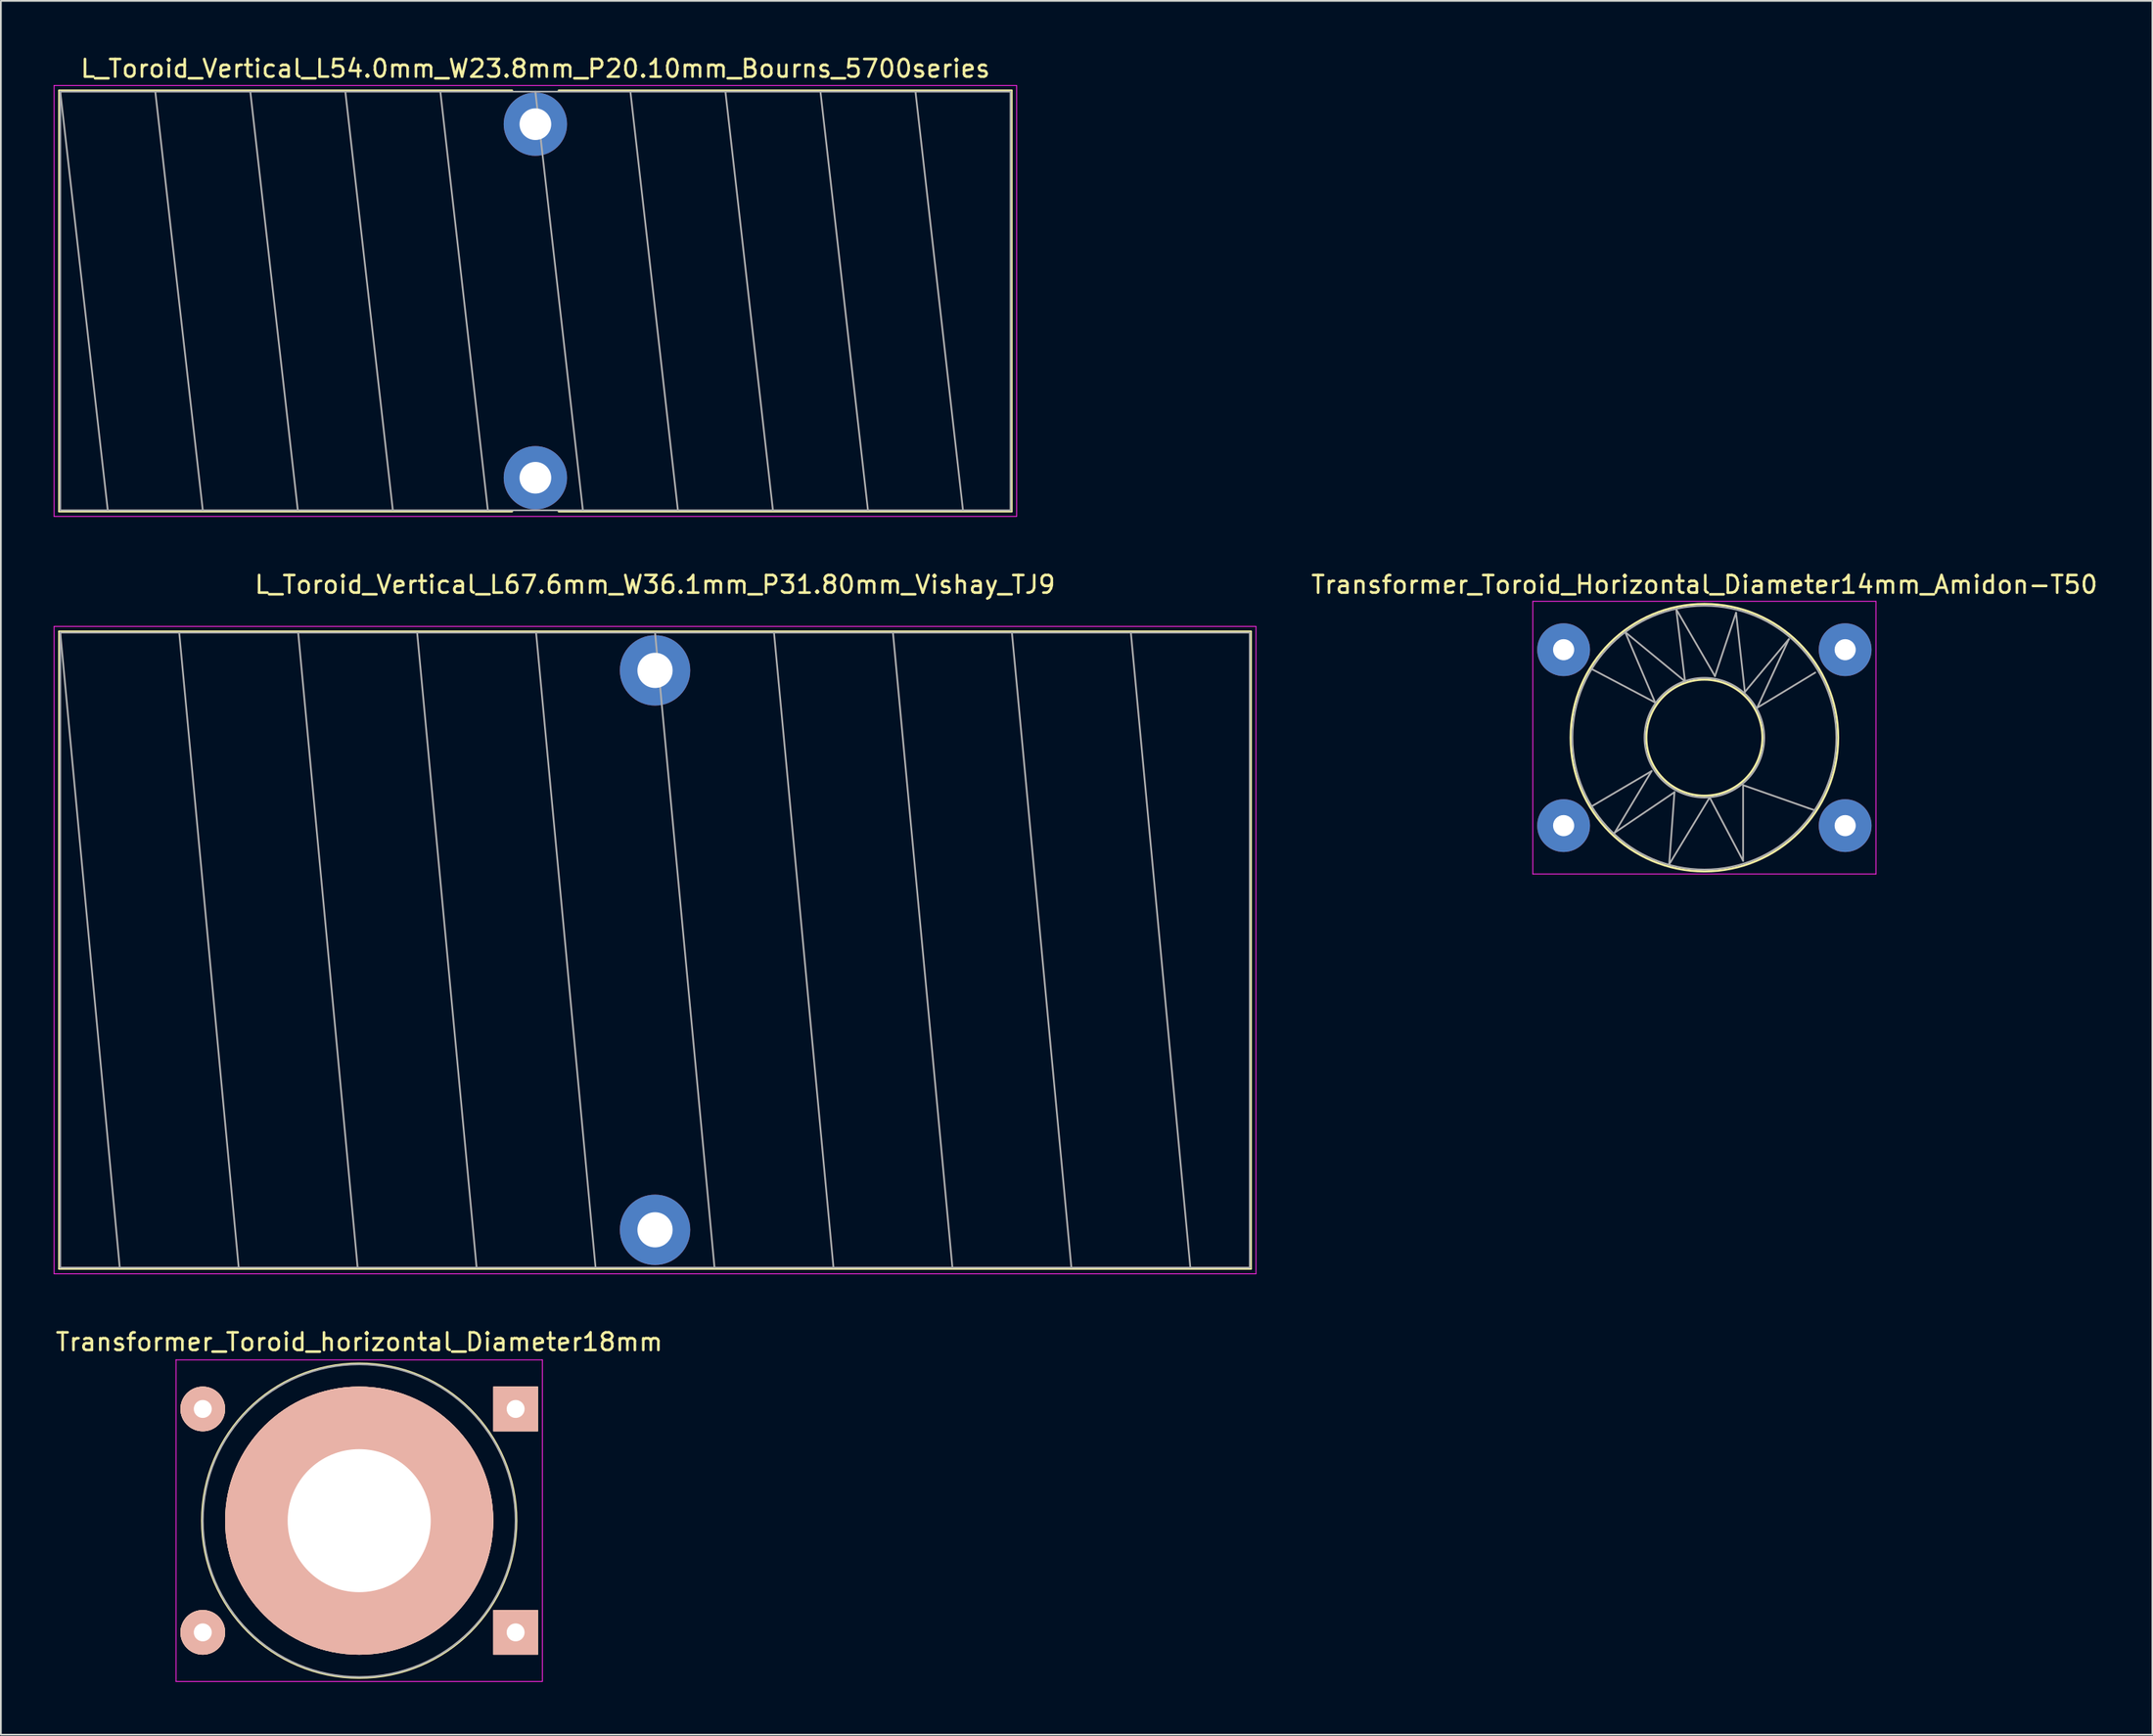
<source format=kicad_pcb>
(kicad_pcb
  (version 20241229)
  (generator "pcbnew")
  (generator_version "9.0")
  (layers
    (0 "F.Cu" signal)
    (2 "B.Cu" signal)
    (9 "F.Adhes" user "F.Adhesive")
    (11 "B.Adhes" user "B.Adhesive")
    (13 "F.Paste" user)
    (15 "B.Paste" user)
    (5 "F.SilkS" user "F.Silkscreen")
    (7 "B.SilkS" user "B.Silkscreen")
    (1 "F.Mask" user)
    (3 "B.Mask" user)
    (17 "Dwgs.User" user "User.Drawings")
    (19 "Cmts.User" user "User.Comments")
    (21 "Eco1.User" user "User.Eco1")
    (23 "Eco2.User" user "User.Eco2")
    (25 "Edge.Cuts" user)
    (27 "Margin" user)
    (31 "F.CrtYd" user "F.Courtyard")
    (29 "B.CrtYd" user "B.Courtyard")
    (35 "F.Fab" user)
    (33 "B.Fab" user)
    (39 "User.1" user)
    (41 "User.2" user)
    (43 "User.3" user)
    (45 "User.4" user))
  (footprint "L_Toroid_Vertical_L67.6mm_W36.1mm_P31.80mm_Vishay_TJ9"
    (layer "F.Cu")
    (at 34.175 35.058)
    (property "Reference" "L_Toroid_Vertical_L67.6mm_W36.1mm_P31.80mm_Vishay_TJ9" (at 0 -4.877 0) (layer "F.SilkS") (effects (font (size 1 1) (thickness 0.15))))
    (attr through_hole)
    (fp_line (start -33.86 -2.21) (end -33.86 34.01) (stroke (width 0.12) (type solid)) (layer "F.SilkS"))
    (fp_line (start -33.86 -2.21) (end 33.86 -2.21) (stroke (width 0.12) (type solid)) (layer "F.SilkS"))
    (fp_line (start -33.86 34.01) (end 33.86 34.01) (stroke (width 0.12) (type solid)) (layer "F.SilkS"))
    (fp_line (start 33.86 -2.21) (end 33.86 34.01) (stroke (width 0.12) (type solid)) (layer "F.SilkS"))
    (fp_line (start -34.15 -2.5) (end -34.15 34.3) (stroke (width 0.05) (type solid)) (layer "F.CrtYd"))
    (fp_line (start -34.15 34.3) (end 34.15 34.3) (stroke (width 0.05) (type solid)) (layer "F.CrtYd"))
    (fp_line (start 34.15 -2.5) (end -34.15 -2.5) (stroke (width 0.05) (type solid)) (layer "F.CrtYd"))
    (fp_line (start 34.15 34.3) (end 34.15 -2.5) (stroke (width 0.05) (type solid)) (layer "F.CrtYd"))
    (fp_line (start -33.8 -2.15) (end -33.8 33.95) (stroke (width 0.1) (type solid)) (layer "F.Fab"))
    (fp_line (start -33.8 -2.15) (end -30.42 33.95) (stroke (width 0.1) (type solid)) (layer "F.Fab"))
    (fp_line (start -33.8 33.95) (end 33.8 33.95) (stroke (width 0.1) (type solid)) (layer "F.Fab"))
    (fp_line (start -27.04 -2.15) (end -23.66 33.95) (stroke (width 0.1) (type solid)) (layer "F.Fab"))
    (fp_line (start -20.28 -2.15) (end -16.9 33.95) (stroke (width 0.1) (type solid)) (layer "F.Fab"))
    (fp_line (start -13.52 -2.15) (end -10.14 33.95) (stroke (width 0.1) (type solid)) (layer "F.Fab"))
    (fp_line (start -6.76 -2.15) (end -3.38 33.95) (stroke (width 0.1) (type solid)) (layer "F.Fab"))
    (fp_line (start 0 -2.15) (end 3.38 33.95) (stroke (width 0.1) (type solid)) (layer "F.Fab"))
    (fp_line (start 6.76 -2.15) (end 10.14 33.95) (stroke (width 0.1) (type solid)) (layer "F.Fab"))
    (fp_line (start 13.52 -2.15) (end 16.9 33.95) (stroke (width 0.1) (type solid)) (layer "F.Fab"))
    (fp_line (start 20.28 -2.15) (end 23.66 33.95) (stroke (width 0.1) (type solid)) (layer "F.Fab"))
    (fp_line (start 27.04 -2.15) (end 30.42 33.95) (stroke (width 0.1) (type solid)) (layer "F.Fab"))
    (fp_line (start 33.8 -2.15) (end -33.8 -2.15) (stroke (width 0.1) (type solid)) (layer "F.Fab"))
    (fp_line (start 33.8 33.95) (end 33.8 -2.15) (stroke (width 0.1) (type solid)) (layer "F.Fab"))
    (pad "1" thru_hole circle (at 0 0) (size 4 4) (drill 2) (layers "*.Cu" "*.Mask"))
    (pad "2" thru_hole circle (at 0 31.8) (size 4 4) (drill 2) (layers "*.Cu" "*.Mask")))
  (footprint "L_Toroid_Vertical_L54.0mm_W23.8mm_P20.10mm_Bourns_5700series"
    (layer "F.Cu")
    (at 27.375 4.008)
    (property "Reference" "L_Toroid_Vertical_L54.0mm_W23.8mm_P20.10mm_Bourns_5700series" (at 0 -3.16 0) (layer "F.SilkS") (effects (font (size 1 1) (thickness 0.15))))
    (attr through_hole)
    (fp_line (start -27.06 -1.91) (end -27.06 22.01) (stroke (width 0.12) (type solid)) (layer "F.SilkS"))
    (fp_line (start -27.06 -1.91) (end -1.325 -1.91) (stroke (width 0.12) (type solid)) (layer "F.SilkS"))
    (fp_line (start -27.06 22.01) (end -1.325 22.01) (stroke (width 0.12) (type solid)) (layer "F.SilkS"))
    (fp_line (start 1.325 -1.91) (end 27.06 -1.91) (stroke (width 0.12) (type solid)) (layer "F.SilkS"))
    (fp_line (start 1.325 22.01) (end 27.06 22.01) (stroke (width 0.12) (type solid)) (layer "F.SilkS"))
    (fp_line (start 27.06 -1.91) (end 27.06 22.01) (stroke (width 0.12) (type solid)) (layer "F.SilkS"))
    (fp_line (start -27.35 -2.2) (end -27.35 22.3) (stroke (width 0.05) (type solid)) (layer "F.CrtYd"))
    (fp_line (start -27.35 22.3) (end 27.35 22.3) (stroke (width 0.05) (type solid)) (layer "F.CrtYd"))
    (fp_line (start 27.35 -2.2) (end -27.35 -2.2) (stroke (width 0.05) (type solid)) (layer "F.CrtYd"))
    (fp_line (start 27.35 22.3) (end 27.35 -2.2) (stroke (width 0.05) (type solid)) (layer "F.CrtYd"))
    (fp_line (start -27 -1.85) (end -27 21.95) (stroke (width 0.1) (type solid)) (layer "F.Fab"))
    (fp_line (start -27 -1.85) (end -24.3 21.95) (stroke (width 0.1) (type solid)) (layer "F.Fab"))
    (fp_line (start -27 21.95) (end 27 21.95) (stroke (width 0.1) (type solid)) (layer "F.Fab"))
    (fp_line (start -21.6 -1.85) (end -18.9 21.95) (stroke (width 0.1) (type solid)) (layer "F.Fab"))
    (fp_line (start -16.2 -1.85) (end -13.5 21.95) (stroke (width 0.1) (type solid)) (layer "F.Fab"))
    (fp_line (start -10.8 -1.85) (end -8.1 21.95) (stroke (width 0.1) (type solid)) (layer "F.Fab"))
    (fp_line (start -5.4 -1.85) (end -2.7 21.95) (stroke (width 0.1) (type solid)) (layer "F.Fab"))
    (fp_line (start 0 -1.85) (end 2.7 21.95) (stroke (width 0.1) (type solid)) (layer "F.Fab"))
    (fp_line (start 5.4 -1.85) (end 8.1 21.95) (stroke (width 0.1) (type solid)) (layer "F.Fab"))
    (fp_line (start 10.8 -1.85) (end 13.5 21.95) (stroke (width 0.1) (type solid)) (layer "F.Fab"))
    (fp_line (start 16.2 -1.85) (end 18.9 21.95) (stroke (width 0.1) (type solid)) (layer "F.Fab"))
    (fp_line (start 21.6 -1.85) (end 24.3 21.95) (stroke (width 0.1) (type solid)) (layer "F.Fab"))
    (fp_line (start 27 -1.85) (end -27 -1.85) (stroke (width 0.1) (type solid)) (layer "F.Fab"))
    (fp_line (start 27 21.95) (end 27 -1.85) (stroke (width 0.1) (type solid)) (layer "F.Fab"))
    (pad "1" thru_hole circle (at 0 0) (size 3.6 3.6) (drill 1.8) (layers "*.Cu" "*.Mask"))
    (pad "2" thru_hole circle (at 0 20.1) (size 3.6 3.6) (drill 1.8) (layers "*.Cu" "*.Mask")))
  (footprint "Transformer_Toroid_horizontal_Diameter18mm"
    (layer "F.Cu")
    (at 8.473 77.041)
    (property "Reference" "Transformer_Toroid_horizontal_Diameter18mm" (at 8.89 -3.81 0) (layer "F.SilkS") (effects (font (size 1 1) (thickness 0.15))))
    (attr through_hole)
    (fp_circle (center 8.89 6.35) (end 17.49 8.75) (stroke (width 0.12) (type solid)) (fill no) (layer "F.SilkS"))
    (fp_line (start -1.52 -2.79) (end -1.52 15.49) (stroke (width 0.05) (type solid)) (layer "F.CrtYd"))
    (fp_line (start -1.52 -2.79) (end 19.3 -2.79) (stroke (width 0.05) (type solid)) (layer "F.CrtYd"))
    (fp_line (start 19.3 15.49) (end -1.52 15.49) (stroke (width 0.05) (type solid)) (layer "F.CrtYd"))
    (fp_line (start 19.3 15.49) (end 19.3 -2.79) (stroke (width 0.05) (type solid)) (layer "F.CrtYd"))
    (fp_circle (center 8.89 6.35) (end 17.78 6.35) (stroke (width 0.1) (type solid)) (fill no) (layer "F.Fab"))
    (pad "" thru_hole circle (at 8.89 6.35) (size 15.24 15.24) (drill 8.13) (layers "*.Cu" "*.SilkS" "*.Mask"))
    (pad "1" thru_hole circle (at 0 0) (size 2.54 2.54) (drill 1.02) (layers "*.Cu" "*.SilkS" "*.Mask"))
    (pad "2" thru_hole circle (at 0 12.7) (size 2.54 2.54) (drill 1.02) (layers "*.Cu" "*.SilkS" "*.Mask"))
    (pad "3" thru_hole rect (at 17.78 0) (size 2.54 2.54) (drill 1.02) (layers "*.Cu" "*.SilkS" "*.Mask"))
    (pad "4" thru_hole rect (at 17.78 12.7) (size 2.54 2.54) (drill 1.02) (layers "*.Cu" "*.SilkS" "*.Mask")))
  (footprint "Transformer_Toroid_Horizontal_Diameter14mm_Amidon-T50"
    (layer "F.Cu")
    (at 85.808 43.882)
    (property "Reference" "Transformer_Toroid_Horizontal_Diameter14mm_Amidon-T50" (at 8 -13.7 0) (layer "F.SilkS") (effects (font (size 1 1) (thickness 0.15))))
    (attr through_hole)
    (fp_circle (center 8 -5) (end 8 -12.6) (stroke (width 0.12) (type solid)) (fill no) (layer "F.SilkS"))
    (fp_circle (center 8 -5) (end 8 -8.3) (stroke (width 0.12) (type solid)) (fill no) (layer "F.SilkS"))
    (fp_line (start -1.75 -12.75) (end -1.75 2.75) (stroke (width 0.05) (type solid)) (layer "F.CrtYd"))
    (fp_line (start -1.75 -12.75) (end 17.75 -12.75) (stroke (width 0.05) (type solid)) (layer "F.CrtYd"))
    (fp_line (start 17.75 2.75) (end -1.75 2.75) (stroke (width 0.05) (type solid)) (layer "F.CrtYd"))
    (fp_line (start 17.75 2.75) (end 17.75 -12.75) (stroke (width 0.05) (type solid)) (layer "F.CrtYd"))
    (fp_line (start 1.6 -8.9) (end 5.2 -7) (stroke (width 0.1) (type solid)) (layer "F.Fab"))
    (fp_line (start 1.6 -1.1) (end 5 -3.1) (stroke (width 0.1) (type solid)) (layer "F.Fab"))
    (fp_line (start 2.9 0.4) (end 6.3 -1.9) (stroke (width 0.1) (type solid)) (layer "F.Fab"))
    (fp_line (start 3.5 -11) (end 6.9 -8.2) (stroke (width 0.1) (type solid)) (layer "F.Fab"))
    (fp_line (start 5 -3.1) (end 2.9 0.4) (stroke (width 0.1) (type solid)) (layer "F.Fab"))
    (fp_line (start 5.2 -7) (end 3.5 -11) (stroke (width 0.1) (type solid)) (layer "F.Fab"))
    (fp_line (start 6 2.2) (end 8.3 -1.6) (stroke (width 0.1) (type solid)) (layer "F.Fab"))
    (fp_line (start 6.3 -1.9) (end 6 2.2) (stroke (width 0.1) (type solid)) (layer "F.Fab"))
    (fp_line (start 6.4 -12.3) (end 8.6 -8.5) (stroke (width 0.1) (type solid)) (layer "F.Fab"))
    (fp_line (start 6.9 -8.2) (end 6.4 -12.3) (stroke (width 0.1) (type solid)) (layer "F.Fab"))
    (fp_line (start 8.3 -1.6) (end 10.2 2) (stroke (width 0.1) (type solid)) (layer "F.Fab"))
    (fp_line (start 8.6 -8.5) (end 9.8 -12.1) (stroke (width 0.1) (type solid)) (layer "F.Fab"))
    (fp_line (start 9.8 -12.1) (end 10.3 -7.6) (stroke (width 0.1) (type solid)) (layer "F.Fab"))
    (fp_line (start 10.2 -2.3) (end 13.9 -1) (stroke (width 0.1) (type solid)) (layer "F.Fab"))
    (fp_line (start 10.2 2) (end 10.2 -2.3) (stroke (width 0.1) (type solid)) (layer "F.Fab"))
    (fp_line (start 10.3 -7.6) (end 12.8 -10.6) (stroke (width 0.1) (type solid)) (layer "F.Fab"))
    (fp_line (start 11 -6.7) (end 14.3 -8.7) (stroke (width 0.1) (type solid)) (layer "F.Fab"))
    (fp_line (start 12.8 -10.6) (end 11 -6.7) (stroke (width 0.1) (type solid)) (layer "F.Fab"))
    (fp_line (start 13.9 -1) (end 14.2 -0.9) (stroke (width 0.1) (type solid)) (layer "F.Fab"))
    (fp_circle (center 8 -5) (end 11.4 -5) (stroke (width 0.1) (type solid)) (fill no) (layer "F.Fab"))
    (fp_circle (center 8 -5) (end 15.5 -5) (stroke (width 0.1) (type solid)) (fill no) (layer "F.Fab"))
    (pad "1" thru_hole circle (at 0 0) (size 3 3) (drill 1.2) (layers "*.Cu" "*.Mask"))
    (pad "2" thru_hole circle (at 16 0) (size 3 3) (drill 1.2) (layers "*.Cu" "*.Mask"))
    (pad "3" thru_hole circle (at 0 -10) (size 3 3) (drill 1.2) (layers "*.Cu" "*.Mask"))
    (pad "4" thru_hole circle (at 16 -10) (size 3 3) (drill 1.2) (layers "*.Cu" "*.Mask")))
  (gr_rect
    (start -3 -3)
    (end 119.267 95.556)
    (stroke (width 0.1) (type default))
    (fill no)
    (layer "Edge.Cuts")))
</source>
